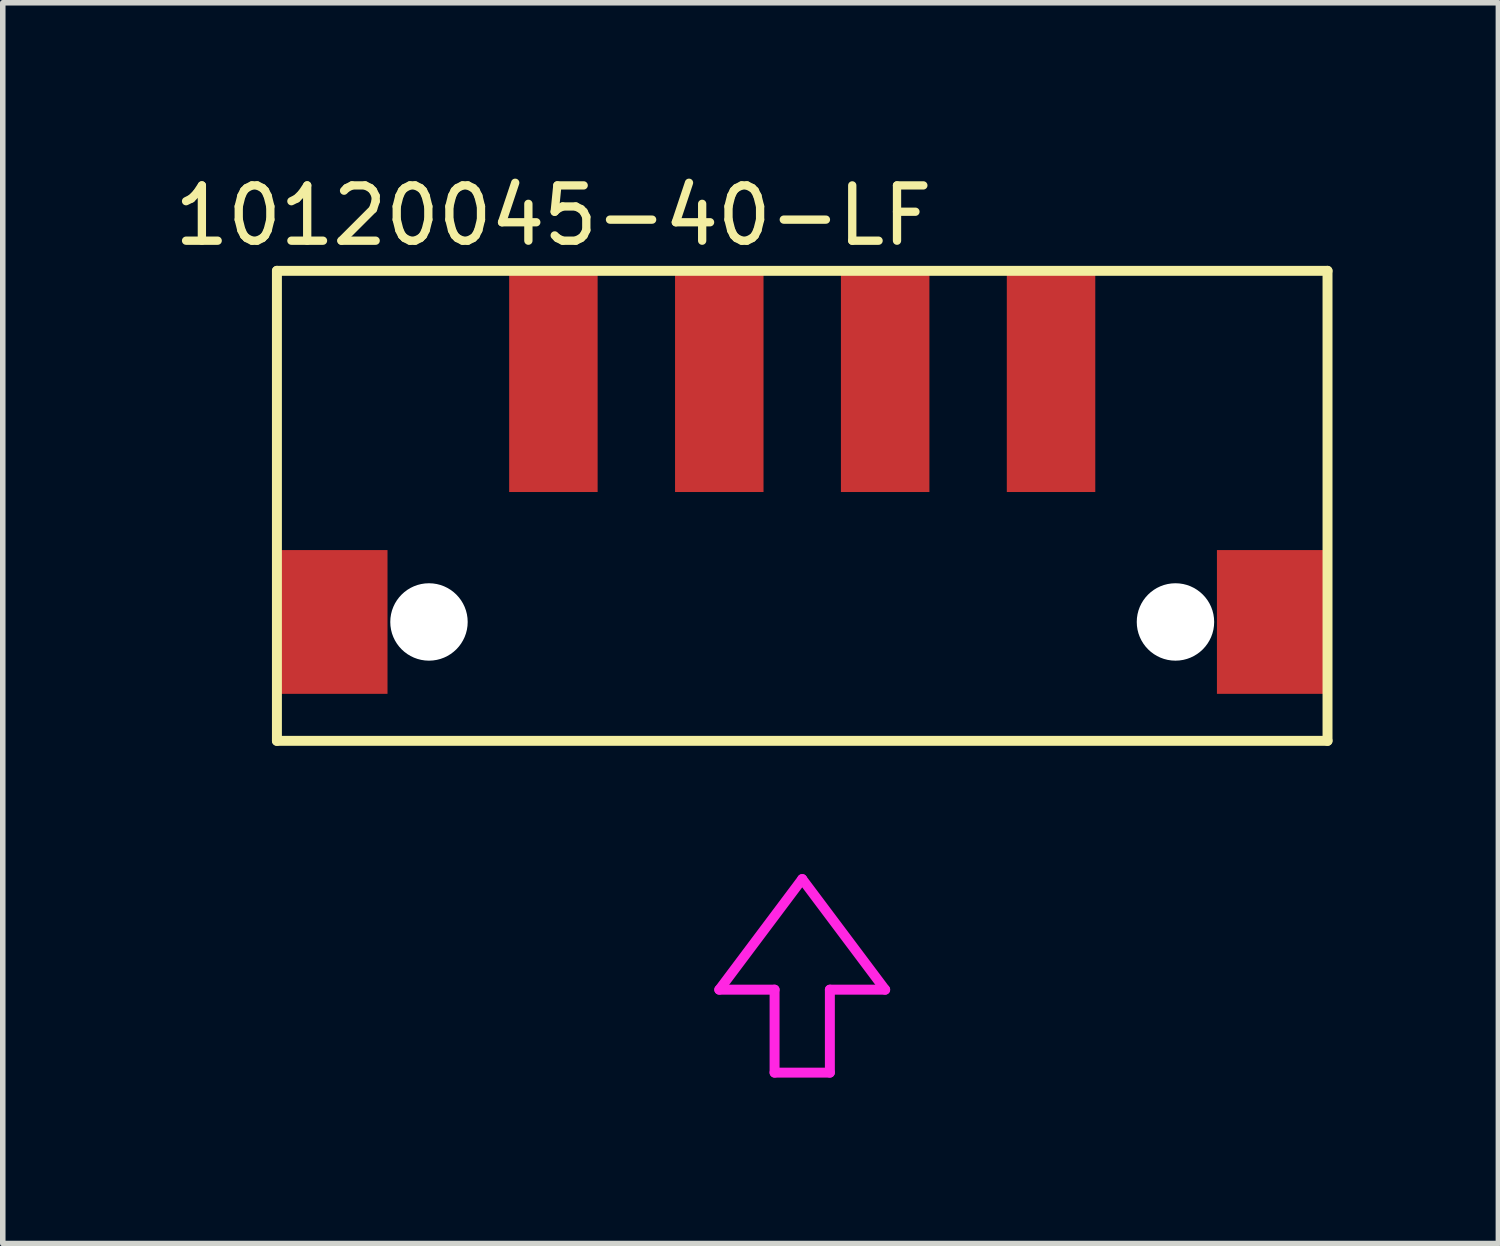
<source format=kicad_pcb>
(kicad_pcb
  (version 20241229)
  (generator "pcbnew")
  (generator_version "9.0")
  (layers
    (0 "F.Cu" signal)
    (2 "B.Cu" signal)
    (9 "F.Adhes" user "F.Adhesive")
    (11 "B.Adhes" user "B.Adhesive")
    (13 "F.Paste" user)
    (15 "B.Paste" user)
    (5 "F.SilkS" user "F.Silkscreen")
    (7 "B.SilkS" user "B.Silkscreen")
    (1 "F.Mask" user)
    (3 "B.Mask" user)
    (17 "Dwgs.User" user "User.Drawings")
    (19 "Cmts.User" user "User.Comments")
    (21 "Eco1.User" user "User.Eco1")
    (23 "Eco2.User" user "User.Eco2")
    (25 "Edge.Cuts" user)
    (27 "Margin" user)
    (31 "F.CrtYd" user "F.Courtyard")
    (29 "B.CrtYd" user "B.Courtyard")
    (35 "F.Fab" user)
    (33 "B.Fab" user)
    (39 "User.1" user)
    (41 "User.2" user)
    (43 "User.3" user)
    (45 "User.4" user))
  (footprint "10120045-40-LF"
    (layer "F.Cu")
    (at 11.458 10.348)
    (property "Reference" "10120045-40-LF" (at -4.5 -9.5 0) (layer "F.SilkS") (effects (font (size 1 1) (thickness 0.15))))
    (attr through_hole)
    (fp_line (start -9.5 -8.5) (end -9.5 0) (stroke (width 0.18) (type solid)) (layer "F.SilkS"))
    (fp_line (start -9.5 0) (end 9.5 0) (stroke (width 0.18) (type solid)) (layer "F.SilkS"))
    (fp_line (start 9.5 -8.5) (end -9.5 -8.5) (stroke (width 0.18) (type solid)) (layer "F.SilkS"))
    (fp_line (start 9.5 0) (end 9.5 -8.5) (stroke (width 0.18) (type solid)) (layer "F.SilkS"))
    (fp_line (start -1.5 4.5) (end -0.5 4.5) (stroke (width 0.18) (type solid)) (layer "F.CrtYd"))
    (fp_line (start -0.5 4.5) (end -0.5 6) (stroke (width 0.18) (type solid)) (layer "F.CrtYd"))
    (fp_line (start -0.5 6) (end 0.5 6) (stroke (width 0.18) (type solid)) (layer "F.CrtYd"))
    (fp_line (start 0 2.5) (end -1.5 4.5) (stroke (width 0.18) (type solid)) (layer "F.CrtYd"))
    (fp_line (start 0.5 4.5) (end 1.5 4.5) (stroke (width 0.18) (type solid)) (layer "F.CrtYd"))
    (fp_line (start 0.5 6) (end 0.5 4.5) (stroke (width 0.18) (type solid)) (layer "F.CrtYd"))
    (fp_line (start 1.5 4.5) (end 0 2.5) (stroke (width 0.18) (type solid)) (layer "F.CrtYd"))
    (pad "" np_thru_hole circle (at -6.75 -2.15) (size 1.4 1.4) (drill 1.4) (layers "*.Cu" "*.Mask"))
    (pad "" np_thru_hole circle (at 6.75 -2.15) (size 1.4 1.4) (drill 1.4) (layers "*.Cu" "*.Mask"))
    (pad "1" smd rect (at -4.5 -6.5) (size 1.6 4) (layers "F.Cu" "F.Mask" "F.Paste"))
    (pad "2" smd rect (at -1.5 -6.5) (size 1.6 4) (layers "F.Cu" "F.Mask" "F.Paste"))
    (pad "3" smd rect (at 1.5 -6.5) (size 1.6 4) (layers "F.Cu" "F.Mask" "F.Paste"))
    (pad "4" smd rect (at 4.5 -6.5) (size 1.6 4) (layers "F.Cu" "F.Mask" "F.Paste"))
    (pad "5" smd rect (at 8.5 -2.15) (size 2 2.6) (layers "F.Cu" "F.Mask" "F.Paste"))
    (pad "6" smd rect (at -8.5 -2.15) (size 2 2.6) (layers "F.Cu" "F.Mask" "F.Paste")))
  (gr_rect
    (start -3 -3)
    (end 24.048 19.438)
    (stroke (width 0.1) (type default))
    (fill no)
    (layer "Edge.Cuts")))
</source>
